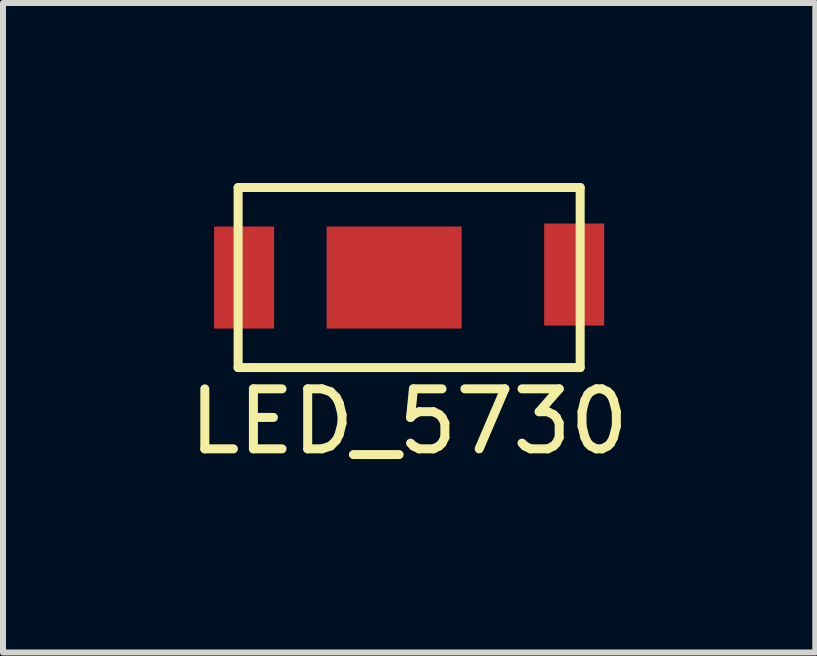
<source format=kicad_pcb>
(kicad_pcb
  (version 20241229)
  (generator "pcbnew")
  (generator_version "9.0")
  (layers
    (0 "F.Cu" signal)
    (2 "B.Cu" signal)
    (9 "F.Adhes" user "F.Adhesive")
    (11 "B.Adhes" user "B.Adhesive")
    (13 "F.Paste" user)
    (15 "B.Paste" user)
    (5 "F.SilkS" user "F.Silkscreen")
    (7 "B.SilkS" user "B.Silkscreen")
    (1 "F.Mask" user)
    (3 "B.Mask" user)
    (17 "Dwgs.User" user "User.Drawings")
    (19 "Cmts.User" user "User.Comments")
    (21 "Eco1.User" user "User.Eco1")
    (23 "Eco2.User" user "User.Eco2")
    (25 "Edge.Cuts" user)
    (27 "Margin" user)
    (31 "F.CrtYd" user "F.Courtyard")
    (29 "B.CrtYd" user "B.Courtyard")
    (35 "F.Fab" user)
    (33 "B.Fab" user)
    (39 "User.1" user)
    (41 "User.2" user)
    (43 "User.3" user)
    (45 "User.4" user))
  (footprint "LED_5730"
    (layer "F.Cu")
    (at 3.768 1.575)
    (property "Reference" "LED_5730" (at 0 2.4 180) (layer "F.SilkS") (effects (font (size 1 1) (thickness 0.15))))
    (attr through_hole)
    (fp_line (start -2.85 -1.5) (end -2.85 1.5) (stroke (width 0.15) (type solid)) (layer "F.SilkS"))
    (fp_line (start -2.85 1.5) (end 2.85 1.5) (stroke (width 0.15) (type solid)) (layer "F.SilkS"))
    (fp_line (start 2.85 -1.5) (end -2.85 -1.5) (stroke (width 0.15) (type solid)) (layer "F.SilkS"))
    (fp_line (start 2.85 1.5) (end 2.85 -1.5) (stroke (width 0.15) (type solid)) (layer "F.SilkS"))
    (pad "1" smd rect (at 2.75 -0.05) (size 1 1.7) (layers "F.Cu" "F.Mask" "F.Paste"))
    (pad "2" smd rect (at -2.75 0) (size 1 1.7) (layers "F.Cu" "F.Mask" "F.Paste"))
    (pad "3" smd rect (at -0.25 0) (size 2.25 1.7) (layers "F.Cu" "F.Mask" "F.Paste")))
  (gr_rect
    (start -3 -3)
    (end 10.536 7.823)
    (stroke (width 0.1) (type default))
    (fill no)
    (layer "Edge.Cuts")))
</source>
